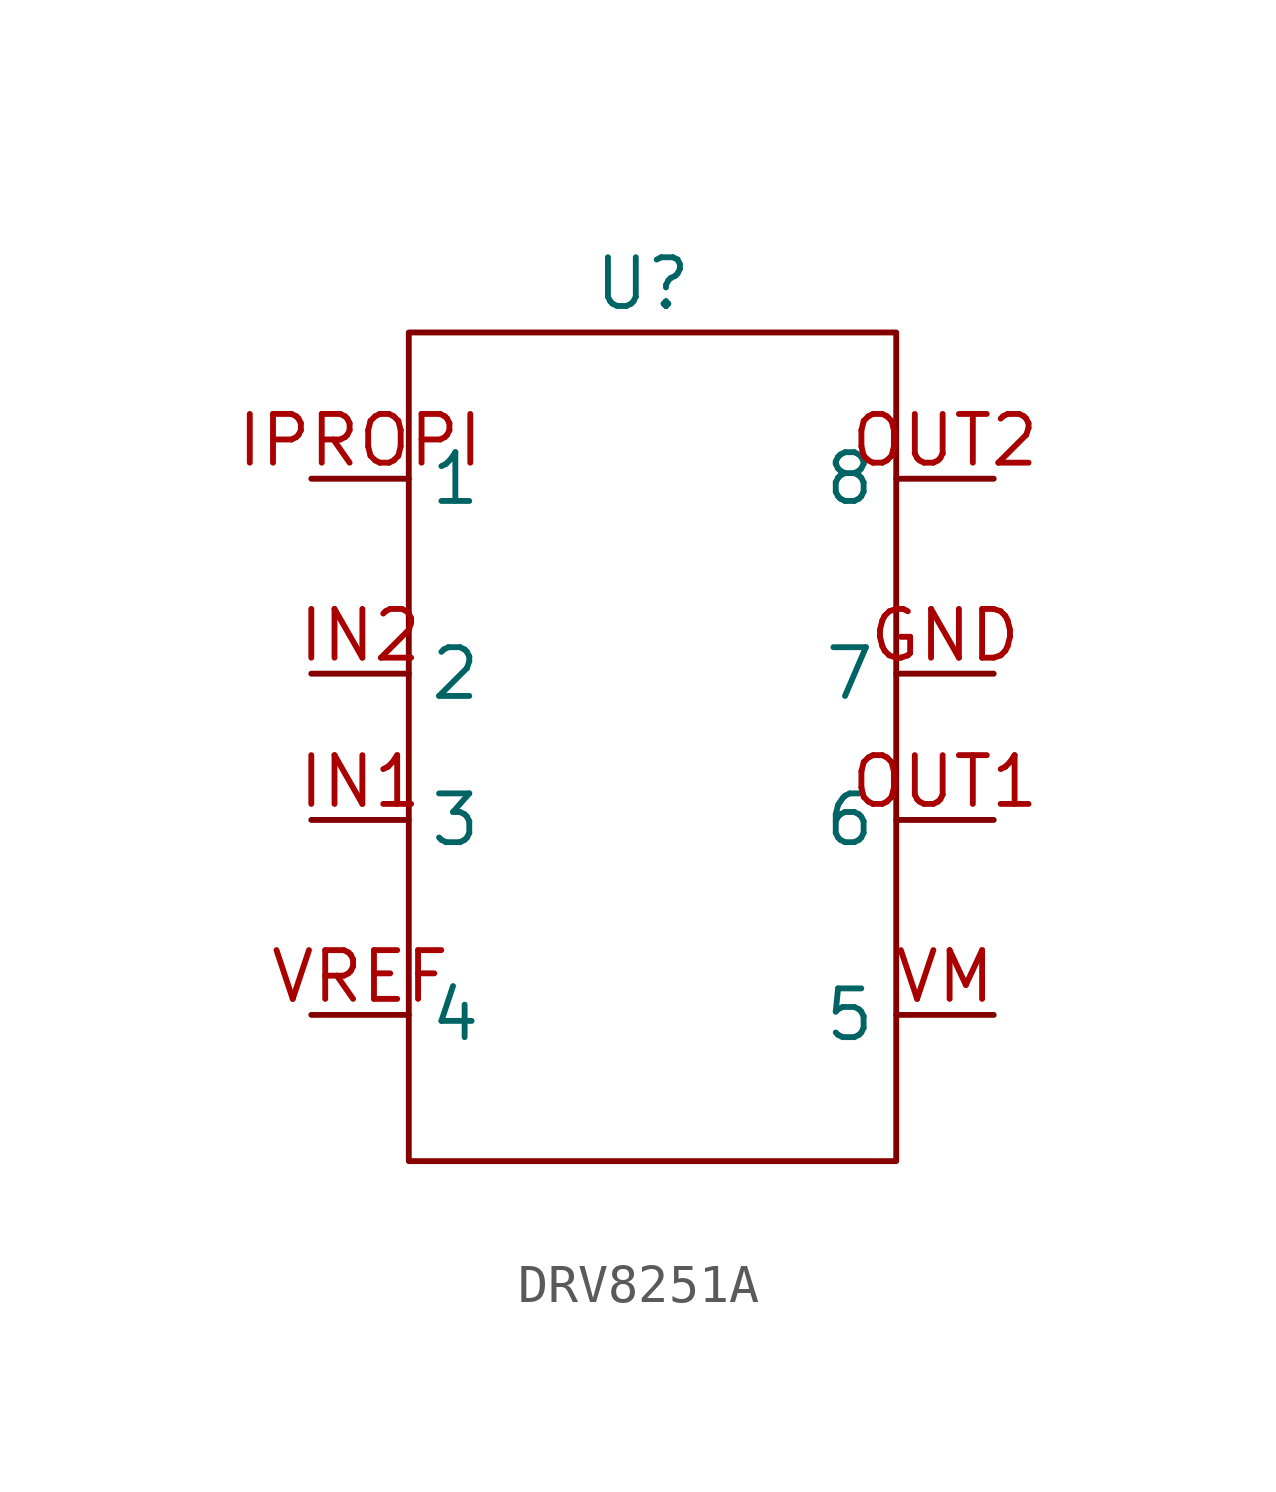
<source format=kicad_sym>
(kicad_symbol_lib
  (version 20231120)
  (generator "kicad_symbol_editor")
  (generator_version "8.0")
  (symbol "DRV8251A"
    (property "Reference" "U"
      (at -0.254 13.97 0)
      (effects (font (size 1.27 1.27))))
    (property "Value" ""
      (at 0 0 0)
      (effects (font (size 1.27 1.27))))
    (symbol "DRV8251A_0_1"
      (rectangle (start -6.35 12.7) (end 6.35 -8.89) (stroke (width 0) (type default)) (fill (type none))))
    (symbol "DRV8251A_1_1"
      (pin input line (at 8.89 3.81 180) (length 2.54) (name "7" (effects (font (size 1.27 1.27)))) (number "GND" (effects (font (size 1.27 1.27)))))
      (pin input line (at -8.89 0 0) (length 2.54) (name "3" (effects (font (size 1.27 1.27)))) (number "IN1" (effects (font (size 1.27 1.27)))))
      (pin input line (at -8.89 3.81 0) (length 2.54) (name "2" (effects (font (size 1.27 1.27)))) (number "IN2" (effects (font (size 1.27 1.27)))))
      (pin output line (at -8.89 8.89 0) (length 2.54) (name "1" (effects (font (size 1.27 1.27)))) (number "IPROPI" (effects (font (size 1.27 1.27)))))
      (pin input line (at 8.89 0 180) (length 2.54) (name "6" (effects (font (size 1.27 1.27)))) (number "OUT1" (effects (font (size 1.27 1.27)))))
      (pin input line (at 8.89 8.89 180) (length 2.54) (name "8" (effects (font (size 1.27 1.27)))) (number "OUT2" (effects (font (size 1.27 1.27)))))
      (pin input line (at 8.89 -5.08 180) (length 2.54) (name "5" (effects (font (size 1.27 1.27)))) (number "VM" (effects (font (size 1.27 1.27)))))
      (pin input line (at -8.89 -5.08 0) (length 2.54) (name "4" (effects (font (size 1.27 1.27)))) (number "VREF" (effects (font (size 1.27 1.27))))))))
</source>
